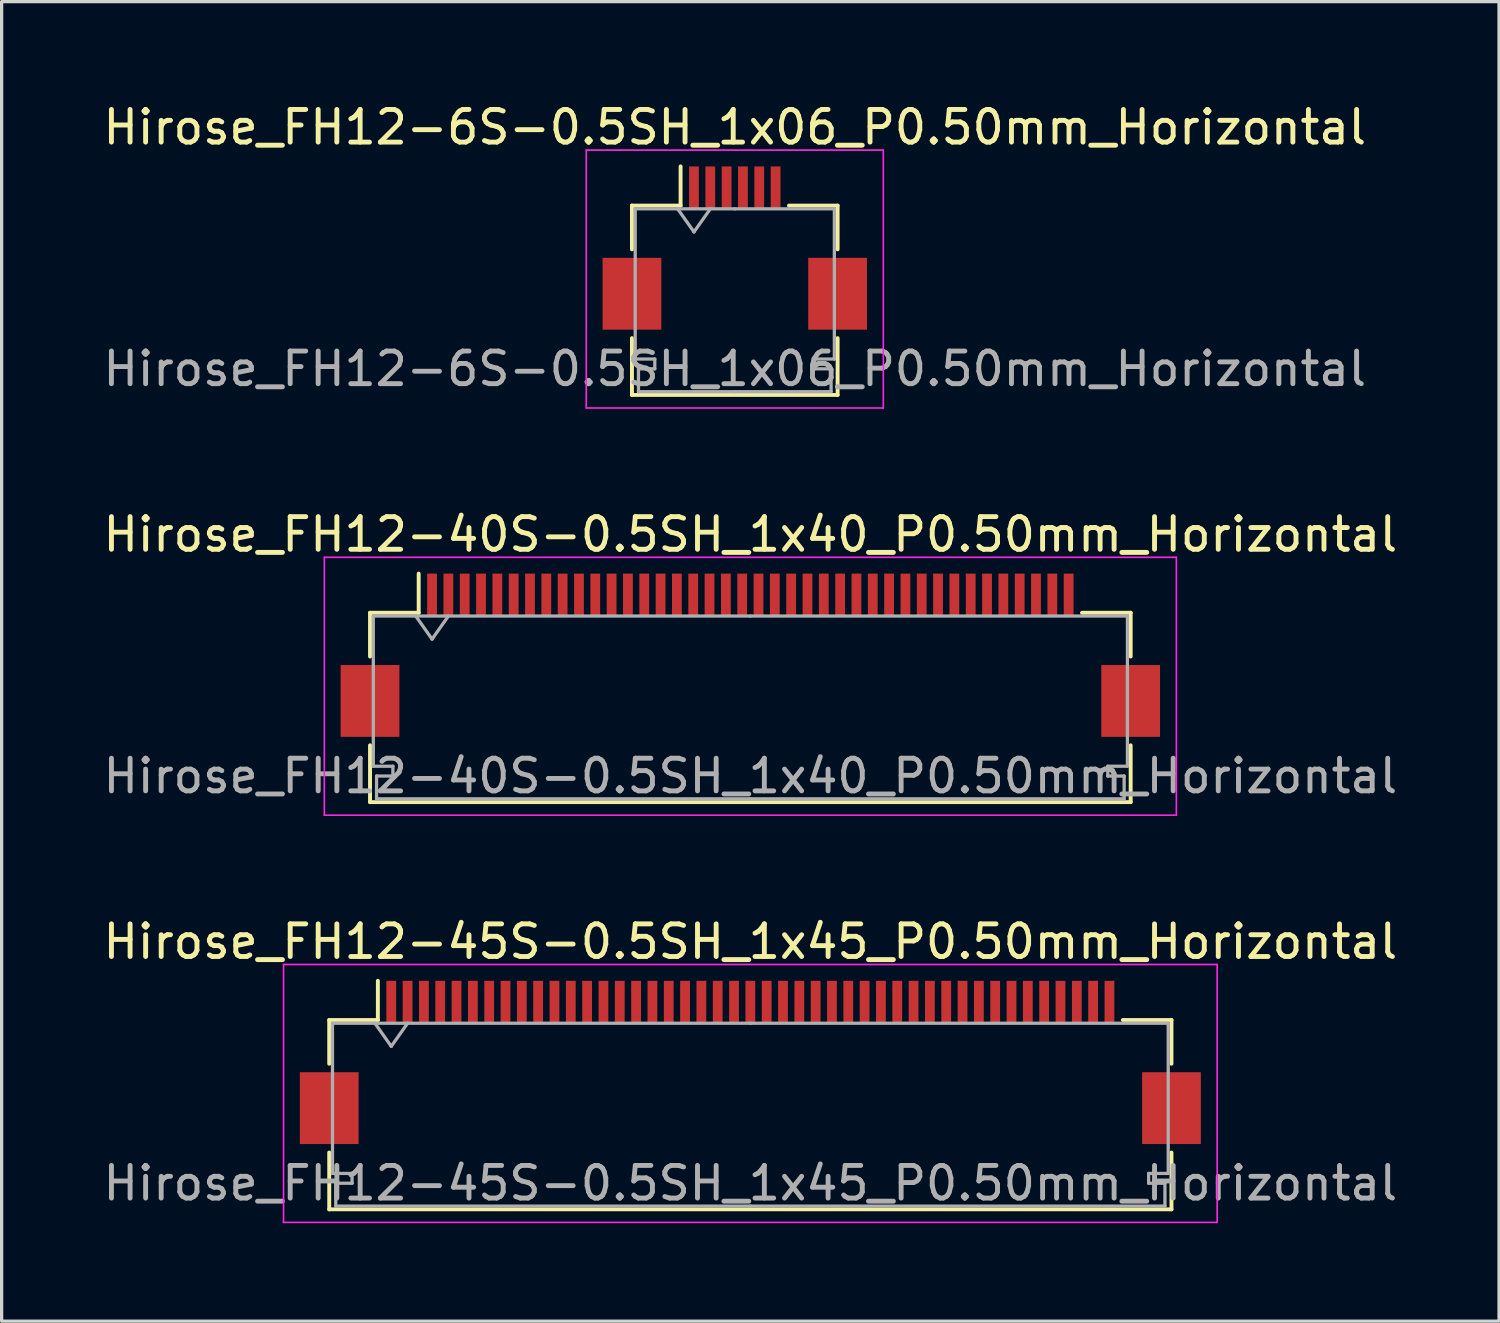
<source format=kicad_pcb>
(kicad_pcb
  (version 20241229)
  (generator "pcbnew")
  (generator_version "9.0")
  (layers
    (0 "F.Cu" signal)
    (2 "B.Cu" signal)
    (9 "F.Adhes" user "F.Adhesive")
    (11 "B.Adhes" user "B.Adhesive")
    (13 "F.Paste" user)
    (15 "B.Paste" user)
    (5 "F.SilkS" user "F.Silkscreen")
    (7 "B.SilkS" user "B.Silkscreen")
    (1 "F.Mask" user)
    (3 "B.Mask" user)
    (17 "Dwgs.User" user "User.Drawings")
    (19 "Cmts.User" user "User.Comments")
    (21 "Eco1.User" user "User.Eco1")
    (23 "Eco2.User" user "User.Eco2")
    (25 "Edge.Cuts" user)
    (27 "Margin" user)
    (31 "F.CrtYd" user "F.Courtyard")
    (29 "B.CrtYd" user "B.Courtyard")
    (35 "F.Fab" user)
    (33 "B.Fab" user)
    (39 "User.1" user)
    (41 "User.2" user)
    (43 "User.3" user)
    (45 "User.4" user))
  (footprint "Hirose_FH12-45S-0.5SH_1x45_P0.50mm_Horizontal"
    (layer "F.Cu")
    (at 19.935 29.495)
    (property "Reference" "Hirose_FH12-45S-0.5SH_1x45_P0.50mm_Horizontal" (at 0 -3.7 0) (layer "F.SilkS") (effects (font (size 1 1) (thickness 0.15))))
    (attr smd)
    (fp_line (start -12.9 -1.3) (end -12.9 0.04) (stroke (width 0.12) (type solid)) (layer "F.SilkS"))
    (fp_line (start -12.9 2.76) (end -12.9 4.5) (stroke (width 0.12) (type solid)) (layer "F.SilkS"))
    (fp_line (start -12.9 4.5) (end 12.9 4.5) (stroke (width 0.12) (type solid)) (layer "F.SilkS"))
    (fp_line (start -11.41 -1.3) (end -12.9 -1.3) (stroke (width 0.12) (type solid)) (layer "F.SilkS"))
    (fp_line (start -11.41 -1.3) (end -11.41 -2.5) (stroke (width 0.12) (type solid)) (layer "F.SilkS"))
    (fp_line (start 11.41 -1.3) (end 12.9 -1.3) (stroke (width 0.12) (type solid)) (layer "F.SilkS"))
    (fp_line (start 12.9 -1.3) (end 12.9 0.04) (stroke (width 0.12) (type solid)) (layer "F.SilkS"))
    (fp_line (start 12.9 4.5) (end 12.9 2.76) (stroke (width 0.12) (type solid)) (layer "F.SilkS"))
    (fp_line (start -14.3 -3) (end -14.3 4.9) (stroke (width 0.05) (type solid)) (layer "F.CrtYd"))
    (fp_line (start -14.3 4.9) (end 14.3 4.9) (stroke (width 0.05) (type solid)) (layer "F.CrtYd"))
    (fp_line (start 14.3 -3) (end -14.3 -3) (stroke (width 0.05) (type solid)) (layer "F.CrtYd"))
    (fp_line (start 14.3 4.9) (end 14.3 -3) (stroke (width 0.05) (type solid)) (layer "F.CrtYd"))
    (fp_line (start -12.8 -1.2) (end -12.8 3.4) (stroke (width 0.1) (type solid)) (layer "F.Fab"))
    (fp_line (start -12.8 3.4) (end -12.2 3.4) (stroke (width 0.1) (type solid)) (layer "F.Fab"))
    (fp_line (start -12.7 3.7) (end -12.7 4.4) (stroke (width 0.1) (type solid)) (layer "F.Fab"))
    (fp_line (start -12.7 4.4) (end 0 4.4) (stroke (width 0.1) (type solid)) (layer "F.Fab"))
    (fp_line (start -12.2 3.4) (end -12.2 3.7) (stroke (width 0.1) (type solid)) (layer "F.Fab"))
    (fp_line (start -12.2 3.7) (end -12.7 3.7) (stroke (width 0.1) (type solid)) (layer "F.Fab"))
    (fp_line (start -11.5 -1.2) (end -11 -0.493) (stroke (width 0.1) (type solid)) (layer "F.Fab"))
    (fp_line (start -11 -0.493) (end -10.5 -1.2) (stroke (width 0.1) (type solid)) (layer "F.Fab"))
    (fp_line (start 0 -1.2) (end -12.8 -1.2) (stroke (width 0.1) (type solid)) (layer "F.Fab"))
    (fp_line (start 0 -1.2) (end 12.8 -1.2) (stroke (width 0.1) (type solid)) (layer "F.Fab"))
    (fp_line (start 12.2 3.4) (end 12.2 3.7) (stroke (width 0.1) (type solid)) (layer "F.Fab"))
    (fp_line (start 12.2 3.7) (end 12.7 3.7) (stroke (width 0.1) (type solid)) (layer "F.Fab"))
    (fp_line (start 12.7 3.7) (end 12.7 4.4) (stroke (width 0.1) (type solid)) (layer "F.Fab"))
    (fp_line (start 12.7 4.4) (end 0 4.4) (stroke (width 0.1) (type solid)) (layer "F.Fab"))
    (fp_line (start 12.8 -1.2) (end 12.8 3.4) (stroke (width 0.1) (type solid)) (layer "F.Fab"))
    (fp_line (start 12.8 3.4) (end 12.2 3.4) (stroke (width 0.1) (type solid)) (layer "F.Fab"))
    (fp_text user "${REFERENCE}" (at 0 3.7 0) (layer "F.Fab") (effects (font (size 1 1) (thickness 0.15))))
    (pad "" smd rect (at -12.9 1.4) (size 1.8 2.2) (layers "F.Cu" "F.Mask" "F.Paste"))
    (pad "" smd rect (at 12.9 1.4) (size 1.8 2.2) (layers "F.Cu" "F.Mask" "F.Paste"))
    (pad "1" smd rect (at -11 -1.85) (size 0.3 1.3) (layers "F.Cu" "F.Mask" "F.Paste"))
    (pad "2" smd rect (at -10.5 -1.85) (size 0.3 1.3) (layers "F.Cu" "F.Mask" "F.Paste"))
    (pad "3" smd rect (at -10 -1.85) (size 0.3 1.3) (layers "F.Cu" "F.Mask" "F.Paste"))
    (pad "4" smd rect (at -9.5 -1.85) (size 0.3 1.3) (layers "F.Cu" "F.Mask" "F.Paste"))
    (pad "5" smd rect (at -9 -1.85) (size 0.3 1.3) (layers "F.Cu" "F.Mask" "F.Paste"))
    (pad "6" smd rect (at -8.5 -1.85) (size 0.3 1.3) (layers "F.Cu" "F.Mask" "F.Paste"))
    (pad "7" smd rect (at -8 -1.85) (size 0.3 1.3) (layers "F.Cu" "F.Mask" "F.Paste"))
    (pad "8" smd rect (at -7.5 -1.85) (size 0.3 1.3) (layers "F.Cu" "F.Mask" "F.Paste"))
    (pad "9" smd rect (at -7 -1.85) (size 0.3 1.3) (layers "F.Cu" "F.Mask" "F.Paste"))
    (pad "10" smd rect (at -6.5 -1.85) (size 0.3 1.3) (layers "F.Cu" "F.Mask" "F.Paste"))
    (pad "11" smd rect (at -6 -1.85) (size 0.3 1.3) (layers "F.Cu" "F.Mask" "F.Paste"))
    (pad "12" smd rect (at -5.5 -1.85) (size 0.3 1.3) (layers "F.Cu" "F.Mask" "F.Paste"))
    (pad "13" smd rect (at -5 -1.85) (size 0.3 1.3) (layers "F.Cu" "F.Mask" "F.Paste"))
    (pad "14" smd rect (at -4.5 -1.85) (size 0.3 1.3) (layers "F.Cu" "F.Mask" "F.Paste"))
    (pad "15" smd rect (at -4 -1.85) (size 0.3 1.3) (layers "F.Cu" "F.Mask" "F.Paste"))
    (pad "16" smd rect (at -3.5 -1.85) (size 0.3 1.3) (layers "F.Cu" "F.Mask" "F.Paste"))
    (pad "17" smd rect (at -3 -1.85) (size 0.3 1.3) (layers "F.Cu" "F.Mask" "F.Paste"))
    (pad "18" smd rect (at -2.5 -1.85) (size 0.3 1.3) (layers "F.Cu" "F.Mask" "F.Paste"))
    (pad "19" smd rect (at -2 -1.85) (size 0.3 1.3) (layers "F.Cu" "F.Mask" "F.Paste"))
    (pad "20" smd rect (at -1.5 -1.85) (size 0.3 1.3) (layers "F.Cu" "F.Mask" "F.Paste"))
    (pad "21" smd rect (at -1 -1.85) (size 0.3 1.3) (layers "F.Cu" "F.Mask" "F.Paste"))
    (pad "22" smd rect (at -0.5 -1.85) (size 0.3 1.3) (layers "F.Cu" "F.Mask" "F.Paste"))
    (pad "23" smd rect (at 0 -1.85) (size 0.3 1.3) (layers "F.Cu" "F.Mask" "F.Paste"))
    (pad "24" smd rect (at 0.5 -1.85) (size 0.3 1.3) (layers "F.Cu" "F.Mask" "F.Paste"))
    (pad "25" smd rect (at 1 -1.85) (size 0.3 1.3) (layers "F.Cu" "F.Mask" "F.Paste"))
    (pad "26" smd rect (at 1.5 -1.85) (size 0.3 1.3) (layers "F.Cu" "F.Mask" "F.Paste"))
    (pad "27" smd rect (at 2 -1.85) (size 0.3 1.3) (layers "F.Cu" "F.Mask" "F.Paste"))
    (pad "28" smd rect (at 2.5 -1.85) (size 0.3 1.3) (layers "F.Cu" "F.Mask" "F.Paste"))
    (pad "29" smd rect (at 3 -1.85) (size 0.3 1.3) (layers "F.Cu" "F.Mask" "F.Paste"))
    (pad "30" smd rect (at 3.5 -1.85) (size 0.3 1.3) (layers "F.Cu" "F.Mask" "F.Paste"))
    (pad "31" smd rect (at 4 -1.85) (size 0.3 1.3) (layers "F.Cu" "F.Mask" "F.Paste"))
    (pad "32" smd rect (at 4.5 -1.85) (size 0.3 1.3) (layers "F.Cu" "F.Mask" "F.Paste"))
    (pad "33" smd rect (at 5 -1.85) (size 0.3 1.3) (layers "F.Cu" "F.Mask" "F.Paste"))
    (pad "34" smd rect (at 5.5 -1.85) (size 0.3 1.3) (layers "F.Cu" "F.Mask" "F.Paste"))
    (pad "35" smd rect (at 6 -1.85) (size 0.3 1.3) (layers "F.Cu" "F.Mask" "F.Paste"))
    (pad "36" smd rect (at 6.5 -1.85) (size 0.3 1.3) (layers "F.Cu" "F.Mask" "F.Paste"))
    (pad "37" smd rect (at 7 -1.85) (size 0.3 1.3) (layers "F.Cu" "F.Mask" "F.Paste"))
    (pad "38" smd rect (at 7.5 -1.85) (size 0.3 1.3) (layers "F.Cu" "F.Mask" "F.Paste"))
    (pad "39" smd rect (at 8 -1.85) (size 0.3 1.3) (layers "F.Cu" "F.Mask" "F.Paste"))
    (pad "40" smd rect (at 8.5 -1.85) (size 0.3 1.3) (layers "F.Cu" "F.Mask" "F.Paste"))
    (pad "41" smd rect (at 9 -1.85) (size 0.3 1.3) (layers "F.Cu" "F.Mask" "F.Paste"))
    (pad "42" smd rect (at 9.5 -1.85) (size 0.3 1.3) (layers "F.Cu" "F.Mask" "F.Paste"))
    (pad "43" smd rect (at 10 -1.85) (size 0.3 1.3) (layers "F.Cu" "F.Mask" "F.Paste"))
    (pad "44" smd rect (at 10.5 -1.85) (size 0.3 1.3) (layers "F.Cu" "F.Mask" "F.Paste"))
    (pad "45" smd rect (at 11 -1.85) (size 0.3 1.3) (layers "F.Cu" "F.Mask" "F.Paste")))
  (footprint "Hirose_FH12-6S-0.5SH_1x06_P0.50mm_Horizontal"
    (layer "F.Cu")
    (at 19.458 4.548)
    (property "Reference" "Hirose_FH12-6S-0.5SH_1x06_P0.50mm_Horizontal" (at 0 -3.7 0) (layer "F.SilkS") (effects (font (size 1 1) (thickness 0.15))))
    (attr smd)
    (fp_line (start -3.15 -1.3) (end -3.15 0.04) (stroke (width 0.12) (type solid)) (layer "F.SilkS"))
    (fp_line (start -3.15 2.76) (end -3.15 4.5) (stroke (width 0.12) (type solid)) (layer "F.SilkS"))
    (fp_line (start -3.15 4.5) (end 3.15 4.5) (stroke (width 0.12) (type solid)) (layer "F.SilkS"))
    (fp_line (start -1.66 -1.3) (end -3.15 -1.3) (stroke (width 0.12) (type solid)) (layer "F.SilkS"))
    (fp_line (start -1.66 -1.3) (end -1.66 -2.5) (stroke (width 0.12) (type solid)) (layer "F.SilkS"))
    (fp_line (start 1.66 -1.3) (end 3.15 -1.3) (stroke (width 0.12) (type solid)) (layer "F.SilkS"))
    (fp_line (start 3.15 -1.3) (end 3.15 0.04) (stroke (width 0.12) (type solid)) (layer "F.SilkS"))
    (fp_line (start 3.15 4.5) (end 3.15 2.76) (stroke (width 0.12) (type solid)) (layer "F.SilkS"))
    (fp_line (start -4.55 -3) (end -4.55 4.9) (stroke (width 0.05) (type solid)) (layer "F.CrtYd"))
    (fp_line (start -4.55 4.9) (end 4.55 4.9) (stroke (width 0.05) (type solid)) (layer "F.CrtYd"))
    (fp_line (start 4.55 -3) (end -4.55 -3) (stroke (width 0.05) (type solid)) (layer "F.CrtYd"))
    (fp_line (start 4.55 4.9) (end 4.55 -3) (stroke (width 0.05) (type solid)) (layer "F.CrtYd"))
    (fp_line (start -3.05 -1.2) (end -3.05 3.4) (stroke (width 0.1) (type solid)) (layer "F.Fab"))
    (fp_line (start -3.05 3.4) (end -2.45 3.4) (stroke (width 0.1) (type solid)) (layer "F.Fab"))
    (fp_line (start -2.95 3.7) (end -2.95 4.4) (stroke (width 0.1) (type solid)) (layer "F.Fab"))
    (fp_line (start -2.95 4.4) (end 0 4.4) (stroke (width 0.1) (type solid)) (layer "F.Fab"))
    (fp_line (start -2.45 3.4) (end -2.45 3.7) (stroke (width 0.1) (type solid)) (layer "F.Fab"))
    (fp_line (start -2.45 3.7) (end -2.95 3.7) (stroke (width 0.1) (type solid)) (layer "F.Fab"))
    (fp_line (start -1.75 -1.2) (end -1.25 -0.493) (stroke (width 0.1) (type solid)) (layer "F.Fab"))
    (fp_line (start -1.25 -0.493) (end -0.75 -1.2) (stroke (width 0.1) (type solid)) (layer "F.Fab"))
    (fp_line (start 0 -1.2) (end -3.05 -1.2) (stroke (width 0.1) (type solid)) (layer "F.Fab"))
    (fp_line (start 0 -1.2) (end 3.05 -1.2) (stroke (width 0.1) (type solid)) (layer "F.Fab"))
    (fp_line (start 2.45 3.4) (end 2.45 3.7) (stroke (width 0.1) (type solid)) (layer "F.Fab"))
    (fp_line (start 2.45 3.7) (end 2.95 3.7) (stroke (width 0.1) (type solid)) (layer "F.Fab"))
    (fp_line (start 2.95 3.7) (end 2.95 4.4) (stroke (width 0.1) (type solid)) (layer "F.Fab"))
    (fp_line (start 2.95 4.4) (end 0 4.4) (stroke (width 0.1) (type solid)) (layer "F.Fab"))
    (fp_line (start 3.05 -1.2) (end 3.05 3.4) (stroke (width 0.1) (type solid)) (layer "F.Fab"))
    (fp_line (start 3.05 3.4) (end 2.45 3.4) (stroke (width 0.1) (type solid)) (layer "F.Fab"))
    (fp_text user "${REFERENCE}" (at 0 3.7 0) (layer "F.Fab") (effects (font (size 1 1) (thickness 0.15))))
    (pad "" smd rect (at -3.15 1.4) (size 1.8 2.2) (layers "F.Cu" "F.Mask" "F.Paste"))
    (pad "" smd rect (at 3.15 1.4) (size 1.8 2.2) (layers "F.Cu" "F.Mask" "F.Paste"))
    (pad "1" smd rect (at -1.25 -1.85) (size 0.3 1.3) (layers "F.Cu" "F.Mask" "F.Paste"))
    (pad "2" smd rect (at -0.75 -1.85) (size 0.3 1.3) (layers "F.Cu" "F.Mask" "F.Paste"))
    (pad "3" smd rect (at -0.25 -1.85) (size 0.3 1.3) (layers "F.Cu" "F.Mask" "F.Paste"))
    (pad "4" smd rect (at 0.25 -1.85) (size 0.3 1.3) (layers "F.Cu" "F.Mask" "F.Paste"))
    (pad "5" smd rect (at 0.75 -1.85) (size 0.3 1.3) (layers "F.Cu" "F.Mask" "F.Paste"))
    (pad "6" smd rect (at 1.25 -1.85) (size 0.3 1.3) (layers "F.Cu" "F.Mask" "F.Paste")))
  (footprint "Hirose_FH12-40S-0.5SH_1x40_P0.50mm_Horizontal"
    (layer "F.Cu")
    (at 19.935 17.021)
    (property "Reference" "Hirose_FH12-40S-0.5SH_1x40_P0.50mm_Horizontal" (at 0 -3.7 0) (layer "F.SilkS") (effects (font (size 1 1) (thickness 0.15))))
    (attr smd)
    (fp_line (start -11.65 -1.3) (end -11.65 0.04) (stroke (width 0.12) (type solid)) (layer "F.SilkS"))
    (fp_line (start -11.65 2.76) (end -11.65 4.5) (stroke (width 0.12) (type solid)) (layer "F.SilkS"))
    (fp_line (start -11.65 4.5) (end 11.65 4.5) (stroke (width 0.12) (type solid)) (layer "F.SilkS"))
    (fp_line (start -10.16 -1.3) (end -11.65 -1.3) (stroke (width 0.12) (type solid)) (layer "F.SilkS"))
    (fp_line (start -10.16 -1.3) (end -10.16 -2.5) (stroke (width 0.12) (type solid)) (layer "F.SilkS"))
    (fp_line (start 10.16 -1.3) (end 11.65 -1.3) (stroke (width 0.12) (type solid)) (layer "F.SilkS"))
    (fp_line (start 11.65 -1.3) (end 11.65 0.04) (stroke (width 0.12) (type solid)) (layer "F.SilkS"))
    (fp_line (start 11.65 4.5) (end 11.65 2.76) (stroke (width 0.12) (type solid)) (layer "F.SilkS"))
    (fp_line (start -13.05 -3) (end -13.05 4.9) (stroke (width 0.05) (type solid)) (layer "F.CrtYd"))
    (fp_line (start -13.05 4.9) (end 13.05 4.9) (stroke (width 0.05) (type solid)) (layer "F.CrtYd"))
    (fp_line (start 13.05 -3) (end -13.05 -3) (stroke (width 0.05) (type solid)) (layer "F.CrtYd"))
    (fp_line (start 13.05 4.9) (end 13.05 -3) (stroke (width 0.05) (type solid)) (layer "F.CrtYd"))
    (fp_line (start -11.55 -1.2) (end -11.55 3.4) (stroke (width 0.1) (type solid)) (layer "F.Fab"))
    (fp_line (start -11.55 3.4) (end -10.95 3.4) (stroke (width 0.1) (type solid)) (layer "F.Fab"))
    (fp_line (start -11.45 3.7) (end -11.45 4.4) (stroke (width 0.1) (type solid)) (layer "F.Fab"))
    (fp_line (start -11.45 4.4) (end 0 4.4) (stroke (width 0.1) (type solid)) (layer "F.Fab"))
    (fp_line (start -10.95 3.4) (end -10.95 3.7) (stroke (width 0.1) (type solid)) (layer "F.Fab"))
    (fp_line (start -10.95 3.7) (end -11.45 3.7) (stroke (width 0.1) (type solid)) (layer "F.Fab"))
    (fp_line (start -10.25 -1.2) (end -9.75 -0.493) (stroke (width 0.1) (type solid)) (layer "F.Fab"))
    (fp_line (start -9.75 -0.493) (end -9.25 -1.2) (stroke (width 0.1) (type solid)) (layer "F.Fab"))
    (fp_line (start 0 -1.2) (end -11.55 -1.2) (stroke (width 0.1) (type solid)) (layer "F.Fab"))
    (fp_line (start 0 -1.2) (end 11.55 -1.2) (stroke (width 0.1) (type solid)) (layer "F.Fab"))
    (fp_line (start 10.95 3.4) (end 10.95 3.7) (stroke (width 0.1) (type solid)) (layer "F.Fab"))
    (fp_line (start 10.95 3.7) (end 11.45 3.7) (stroke (width 0.1) (type solid)) (layer "F.Fab"))
    (fp_line (start 11.45 3.7) (end 11.45 4.4) (stroke (width 0.1) (type solid)) (layer "F.Fab"))
    (fp_line (start 11.45 4.4) (end 0 4.4) (stroke (width 0.1) (type solid)) (layer "F.Fab"))
    (fp_line (start 11.55 -1.2) (end 11.55 3.4) (stroke (width 0.1) (type solid)) (layer "F.Fab"))
    (fp_line (start 11.55 3.4) (end 10.95 3.4) (stroke (width 0.1) (type solid)) (layer "F.Fab"))
    (fp_text user "${REFERENCE}" (at 0 3.7 0) (layer "F.Fab") (effects (font (size 1 1) (thickness 0.15))))
    (pad "" smd rect (at -11.65 1.4) (size 1.8 2.2) (layers "F.Cu" "F.Mask" "F.Paste"))
    (pad "" smd rect (at 11.65 1.4) (size 1.8 2.2) (layers "F.Cu" "F.Mask" "F.Paste"))
    (pad "1" smd rect (at -9.75 -1.85) (size 0.3 1.3) (layers "F.Cu" "F.Mask" "F.Paste"))
    (pad "2" smd rect (at -9.25 -1.85) (size 0.3 1.3) (layers "F.Cu" "F.Mask" "F.Paste"))
    (pad "3" smd rect (at -8.75 -1.85) (size 0.3 1.3) (layers "F.Cu" "F.Mask" "F.Paste"))
    (pad "4" smd rect (at -8.25 -1.85) (size 0.3 1.3) (layers "F.Cu" "F.Mask" "F.Paste"))
    (pad "5" smd rect (at -7.75 -1.85) (size 0.3 1.3) (layers "F.Cu" "F.Mask" "F.Paste"))
    (pad "6" smd rect (at -7.25 -1.85) (size 0.3 1.3) (layers "F.Cu" "F.Mask" "F.Paste"))
    (pad "7" smd rect (at -6.75 -1.85) (size 0.3 1.3) (layers "F.Cu" "F.Mask" "F.Paste"))
    (pad "8" smd rect (at -6.25 -1.85) (size 0.3 1.3) (layers "F.Cu" "F.Mask" "F.Paste"))
    (pad "9" smd rect (at -5.75 -1.85) (size 0.3 1.3) (layers "F.Cu" "F.Mask" "F.Paste"))
    (pad "10" smd rect (at -5.25 -1.85) (size 0.3 1.3) (layers "F.Cu" "F.Mask" "F.Paste"))
    (pad "11" smd rect (at -4.75 -1.85) (size 0.3 1.3) (layers "F.Cu" "F.Mask" "F.Paste"))
    (pad "12" smd rect (at -4.25 -1.85) (size 0.3 1.3) (layers "F.Cu" "F.Mask" "F.Paste"))
    (pad "13" smd rect (at -3.75 -1.85) (size 0.3 1.3) (layers "F.Cu" "F.Mask" "F.Paste"))
    (pad "14" smd rect (at -3.25 -1.85) (size 0.3 1.3) (layers "F.Cu" "F.Mask" "F.Paste"))
    (pad "15" smd rect (at -2.75 -1.85) (size 0.3 1.3) (layers "F.Cu" "F.Mask" "F.Paste"))
    (pad "16" smd rect (at -2.25 -1.85) (size 0.3 1.3) (layers "F.Cu" "F.Mask" "F.Paste"))
    (pad "17" smd rect (at -1.75 -1.85) (size 0.3 1.3) (layers "F.Cu" "F.Mask" "F.Paste"))
    (pad "18" smd rect (at -1.25 -1.85) (size 0.3 1.3) (layers "F.Cu" "F.Mask" "F.Paste"))
    (pad "19" smd rect (at -0.75 -1.85) (size 0.3 1.3) (layers "F.Cu" "F.Mask" "F.Paste"))
    (pad "20" smd rect (at -0.25 -1.85) (size 0.3 1.3) (layers "F.Cu" "F.Mask" "F.Paste"))
    (pad "21" smd rect (at 0.25 -1.85) (size 0.3 1.3) (layers "F.Cu" "F.Mask" "F.Paste"))
    (pad "22" smd rect (at 0.75 -1.85) (size 0.3 1.3) (layers "F.Cu" "F.Mask" "F.Paste"))
    (pad "23" smd rect (at 1.25 -1.85) (size 0.3 1.3) (layers "F.Cu" "F.Mask" "F.Paste"))
    (pad "24" smd rect (at 1.75 -1.85) (size 0.3 1.3) (layers "F.Cu" "F.Mask" "F.Paste"))
    (pad "25" smd rect (at 2.25 -1.85) (size 0.3 1.3) (layers "F.Cu" "F.Mask" "F.Paste"))
    (pad "26" smd rect (at 2.75 -1.85) (size 0.3 1.3) (layers "F.Cu" "F.Mask" "F.Paste"))
    (pad "27" smd rect (at 3.25 -1.85) (size 0.3 1.3) (layers "F.Cu" "F.Mask" "F.Paste"))
    (pad "28" smd rect (at 3.75 -1.85) (size 0.3 1.3) (layers "F.Cu" "F.Mask" "F.Paste"))
    (pad "29" smd rect (at 4.25 -1.85) (size 0.3 1.3) (layers "F.Cu" "F.Mask" "F.Paste"))
    (pad "30" smd rect (at 4.75 -1.85) (size 0.3 1.3) (layers "F.Cu" "F.Mask" "F.Paste"))
    (pad "31" smd rect (at 5.25 -1.85) (size 0.3 1.3) (layers "F.Cu" "F.Mask" "F.Paste"))
    (pad "32" smd rect (at 5.75 -1.85) (size 0.3 1.3) (layers "F.Cu" "F.Mask" "F.Paste"))
    (pad "33" smd rect (at 6.25 -1.85) (size 0.3 1.3) (layers "F.Cu" "F.Mask" "F.Paste"))
    (pad "34" smd rect (at 6.75 -1.85) (size 0.3 1.3) (layers "F.Cu" "F.Mask" "F.Paste"))
    (pad "35" smd rect (at 7.25 -1.85) (size 0.3 1.3) (layers "F.Cu" "F.Mask" "F.Paste"))
    (pad "36" smd rect (at 7.75 -1.85) (size 0.3 1.3) (layers "F.Cu" "F.Mask" "F.Paste"))
    (pad "37" smd rect (at 8.25 -1.85) (size 0.3 1.3) (layers "F.Cu" "F.Mask" "F.Paste"))
    (pad "38" smd rect (at 8.75 -1.85) (size 0.3 1.3) (layers "F.Cu" "F.Mask" "F.Paste"))
    (pad "39" smd rect (at 9.25 -1.85) (size 0.3 1.3) (layers "F.Cu" "F.Mask" "F.Paste"))
    (pad "40" smd rect (at 9.75 -1.85) (size 0.3 1.3) (layers "F.Cu" "F.Mask" "F.Paste")))
  (gr_rect
    (start -3 -3)
    (end 42.869 37.42)
    (stroke (width 0.1) (type default))
    (fill no)
    (layer "Edge.Cuts")))
</source>
